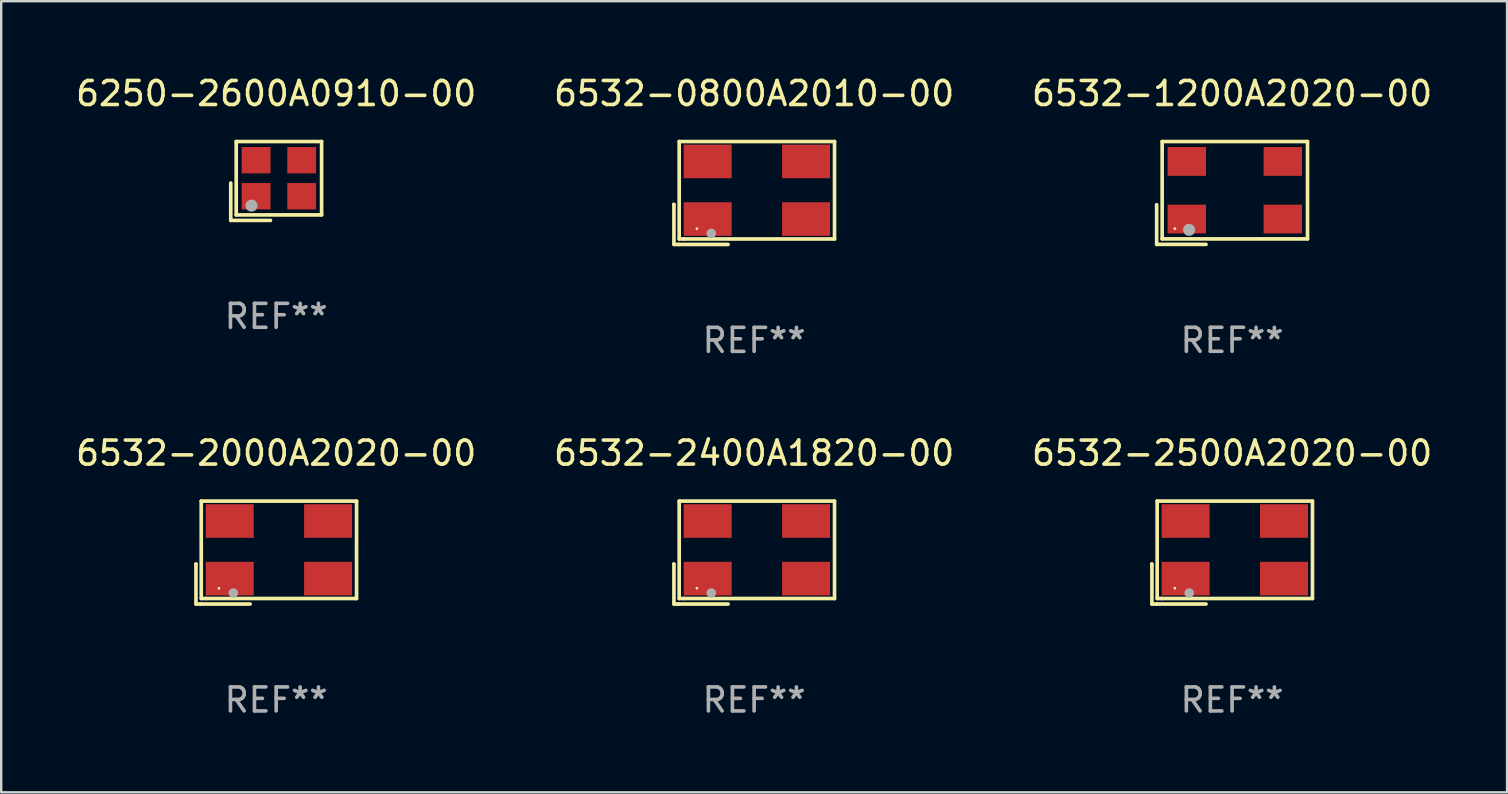
<source format=kicad_pcb>
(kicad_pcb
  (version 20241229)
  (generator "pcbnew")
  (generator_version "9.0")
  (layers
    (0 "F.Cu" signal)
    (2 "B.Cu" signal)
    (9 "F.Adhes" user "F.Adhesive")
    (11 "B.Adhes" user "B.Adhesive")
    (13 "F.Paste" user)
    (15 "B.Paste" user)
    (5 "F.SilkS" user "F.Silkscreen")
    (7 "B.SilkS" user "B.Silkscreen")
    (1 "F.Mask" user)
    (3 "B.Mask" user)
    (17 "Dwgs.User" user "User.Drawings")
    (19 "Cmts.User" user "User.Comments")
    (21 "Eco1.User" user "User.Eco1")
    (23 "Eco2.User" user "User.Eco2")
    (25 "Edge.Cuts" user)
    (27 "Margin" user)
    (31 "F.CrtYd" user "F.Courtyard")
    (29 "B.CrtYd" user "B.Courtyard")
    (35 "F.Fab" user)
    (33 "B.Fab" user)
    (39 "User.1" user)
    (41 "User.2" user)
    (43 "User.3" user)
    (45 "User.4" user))
  (footprint "6532-2000A2020-00"
    (layer "F.Cu")
    (at 8.458 19.976)
    (property "Reference" "6532-2000A2020-00" (at 0 -4.144 0) (layer "F.SilkS") (effects (font (size 1 1) (thickness 0.15))))
    (attr through_hole)
    (fp_line (start -3.35 0.476) (end -3.341 0.485) (stroke (width 0.152) (type solid)) (layer "F.SilkS"))
    (fp_line (start -3.341 0.485) (end -3.341 2.144) (stroke (width 0.152) (type solid)) (layer "F.SilkS"))
    (fp_line (start -3.341 2.144) (end -3.143 2.144) (stroke (width 0.152) (type solid)) (layer "F.SilkS"))
    (fp_line (start -3.143 2.144) (end -1.085 2.144) (stroke (width 0.152) (type solid)) (layer "F.SilkS"))
    (fp_line (start -3.122 -2.144) (end 3.35 -2.144) (stroke (width 0.152) (type solid)) (layer "F.SilkS"))
    (fp_line (start -3.122 1.915) (end -3.122 -2.144) (stroke (width 0.152) (type solid)) (layer "F.SilkS"))
    (fp_line (start -2.914 1.915) (end -3.122 1.915) (stroke (width 0.152) (type solid)) (layer "F.SilkS"))
    (fp_line (start 3.35 -2.144) (end 3.35 1.915) (stroke (width 0.152) (type solid)) (layer "F.SilkS"))
    (fp_line (start 3.35 1.915) (end -2.914 1.915) (stroke (width 0.152) (type solid)) (layer "F.SilkS"))
    (fp_circle (center -2.386 1.486) (end -2.356 1.486) (stroke (width 0.06) (type solid)) (fill no) (layer "F.SilkS"))
    (fp_circle (center -1.786 1.686) (end -1.686 1.686) (stroke (width 0.2) (type solid)) (fill no) (layer "F.Fab"))
    (fp_text user "REF**" (at 0 6.144 0) (layer "F.Fab") (effects (font (size 1 1) (thickness 0.15))))
    (pad "1" smd rect (at -1.936 1.086) (size 2 1.4) (layers "F.Cu" "F.Mask" "F.Paste"))
    (pad "2" smd rect (at 2.164 1.086) (size 2 1.4) (layers "F.Cu" "F.Mask" "F.Paste"))
    (pad "3" smd rect (at 2.164 -1.314) (size 2 1.4) (layers "F.Cu" "F.Mask" "F.Paste"))
    (pad "4" smd rect (at -1.936 -1.314) (size 2 1.4) (layers "F.Cu" "F.Mask" "F.Paste")))
  (footprint "6532-1200A2020-00"
    (layer "F.Cu")
    (at 48.292 4.991)
    (property "Reference" "6532-1200A2020-00" (at 0 -4.143 0) (layer "F.SilkS") (effects (font (size 1 1) (thickness 0.15))))
    (attr through_hole)
    (fp_line (start -3.143 0.486) (end -3.143 2.143) (stroke (width 0.152) (type solid)) (layer "F.SilkS"))
    (fp_line (start -3.143 2.143) (end -1.086 2.143) (stroke (width 0.152) (type solid)) (layer "F.SilkS"))
    (fp_line (start -2.914 -2.143) (end 3.143 -2.143) (stroke (width 0.152) (type solid)) (layer "F.SilkS"))
    (fp_line (start -2.914 1.914) (end -2.914 -2.143) (stroke (width 0.152) (type solid)) (layer "F.SilkS"))
    (fp_line (start 3.143 -2.143) (end 3.143 1.914) (stroke (width 0.152) (type solid)) (layer "F.SilkS"))
    (fp_line (start 3.143 1.914) (end -2.914 1.914) (stroke (width 0.152) (type solid)) (layer "F.SilkS"))
    (fp_circle (center -2.386 1.486) (end -2.356 1.486) (stroke (width 0.06) (type solid)) (fill no) (layer "F.SilkS"))
    (fp_circle (center -1.791 1.537) (end -1.664 1.537) (stroke (width 0.254) (type solid)) (fill no) (layer "F.Fab"))
    (fp_text user "REF**" (at 0 6.143 0) (layer "F.Fab") (effects (font (size 1 1) (thickness 0.15))))
    (pad "1" smd rect (at -1.886 1.086) (size 1.6 1.2) (layers "F.Cu" "F.Mask" "F.Paste"))
    (pad "2" smd rect (at 2.114 1.086) (size 1.6 1.2) (layers "F.Cu" "F.Mask" "F.Paste"))
    (pad "3" smd rect (at 2.114 -1.314) (size 1.6 1.2) (layers "F.Cu" "F.Mask" "F.Paste"))
    (pad "4" smd rect (at -1.886 -1.314) (size 1.6 1.2) (layers "F.Cu" "F.Mask" "F.Paste")))
  (footprint "6532-2500A2020-00"
    (layer "F.Cu")
    (at 48.292 19.976)
    (property "Reference" "6532-2500A2020-00" (at 0 -4.144 0) (layer "F.SilkS") (effects (font (size 1 1) (thickness 0.15))))
    (attr through_hole)
    (fp_line (start -3.35 0.476) (end -3.341 0.485) (stroke (width 0.152) (type solid)) (layer "F.SilkS"))
    (fp_line (start -3.341 0.485) (end -3.341 2.144) (stroke (width 0.152) (type solid)) (layer "F.SilkS"))
    (fp_line (start -3.341 2.144) (end -3.143 2.144) (stroke (width 0.152) (type solid)) (layer "F.SilkS"))
    (fp_line (start -3.143 2.144) (end -1.085 2.144) (stroke (width 0.152) (type solid)) (layer "F.SilkS"))
    (fp_line (start -3.122 -2.144) (end 3.35 -2.144) (stroke (width 0.152) (type solid)) (layer "F.SilkS"))
    (fp_line (start -3.122 1.915) (end -3.122 -2.144) (stroke (width 0.152) (type solid)) (layer "F.SilkS"))
    (fp_line (start -2.914 1.915) (end -3.122 1.915) (stroke (width 0.152) (type solid)) (layer "F.SilkS"))
    (fp_line (start 3.35 -2.144) (end 3.35 1.915) (stroke (width 0.152) (type solid)) (layer "F.SilkS"))
    (fp_line (start 3.35 1.915) (end -2.914 1.915) (stroke (width 0.152) (type solid)) (layer "F.SilkS"))
    (fp_circle (center -2.386 1.486) (end -2.356 1.486) (stroke (width 0.06) (type solid)) (fill no) (layer "F.SilkS"))
    (fp_circle (center -1.786 1.686) (end -1.686 1.686) (stroke (width 0.2) (type solid)) (fill no) (layer "F.Fab"))
    (fp_text user "REF**" (at 0 6.144 0) (layer "F.Fab") (effects (font (size 1 1) (thickness 0.15))))
    (pad "1" smd rect (at -1.936 1.086) (size 2 1.4) (layers "F.Cu" "F.Mask" "F.Paste"))
    (pad "2" smd rect (at 2.164 1.086) (size 2 1.4) (layers "F.Cu" "F.Mask" "F.Paste"))
    (pad "3" smd rect (at 2.164 -1.314) (size 2 1.4) (layers "F.Cu" "F.Mask" "F.Paste"))
    (pad "4" smd rect (at -1.936 -1.314) (size 2 1.4) (layers "F.Cu" "F.Mask" "F.Paste")))
  (footprint "6532-2400A1820-00"
    (layer "F.Cu")
    (at 28.375 19.976)
    (property "Reference" "6532-2400A1820-00" (at 0 -4.144 0) (layer "F.SilkS") (effects (font (size 1 1) (thickness 0.15))))
    (attr through_hole)
    (fp_line (start -3.35 0.476) (end -3.341 0.485) (stroke (width 0.152) (type solid)) (layer "F.SilkS"))
    (fp_line (start -3.341 0.485) (end -3.341 2.144) (stroke (width 0.152) (type solid)) (layer "F.SilkS"))
    (fp_line (start -3.341 2.144) (end -3.143 2.144) (stroke (width 0.152) (type solid)) (layer "F.SilkS"))
    (fp_line (start -3.143 2.144) (end -1.085 2.144) (stroke (width 0.152) (type solid)) (layer "F.SilkS"))
    (fp_line (start -3.122 -2.144) (end 3.35 -2.144) (stroke (width 0.152) (type solid)) (layer "F.SilkS"))
    (fp_line (start -3.122 1.915) (end -3.122 -2.144) (stroke (width 0.152) (type solid)) (layer "F.SilkS"))
    (fp_line (start -2.914 1.915) (end -3.122 1.915) (stroke (width 0.152) (type solid)) (layer "F.SilkS"))
    (fp_line (start 3.35 -2.144) (end 3.35 1.915) (stroke (width 0.152) (type solid)) (layer "F.SilkS"))
    (fp_line (start 3.35 1.915) (end -2.914 1.915) (stroke (width 0.152) (type solid)) (layer "F.SilkS"))
    (fp_circle (center -2.386 1.486) (end -2.356 1.486) (stroke (width 0.06) (type solid)) (fill no) (layer "F.SilkS"))
    (fp_circle (center -1.786 1.686) (end -1.686 1.686) (stroke (width 0.2) (type solid)) (fill no) (layer "F.Fab"))
    (fp_text user "REF**" (at 0 6.144 0) (layer "F.Fab") (effects (font (size 1 1) (thickness 0.15))))
    (pad "1" smd rect (at -1.936 1.086) (size 2 1.4) (layers "F.Cu" "F.Mask" "F.Paste"))
    (pad "2" smd rect (at 2.164 1.086) (size 2 1.4) (layers "F.Cu" "F.Mask" "F.Paste"))
    (pad "3" smd rect (at 2.164 -1.314) (size 2 1.4) (layers "F.Cu" "F.Mask" "F.Paste"))
    (pad "4" smd rect (at -1.936 -1.314) (size 2 1.4) (layers "F.Cu" "F.Mask" "F.Paste")))
  (footprint "6532-0800A2010-00"
    (layer "F.Cu")
    (at 28.375 4.992)
    (property "Reference" "6532-0800A2010-00" (at 0 -4.144 0) (layer "F.SilkS") (effects (font (size 1 1) (thickness 0.15))))
    (attr through_hole)
    (fp_line (start -3.35 0.476) (end -3.341 0.485) (stroke (width 0.152) (type solid)) (layer "F.SilkS"))
    (fp_line (start -3.341 0.485) (end -3.341 2.144) (stroke (width 0.152) (type solid)) (layer "F.SilkS"))
    (fp_line (start -3.341 2.144) (end -3.143 2.144) (stroke (width 0.152) (type solid)) (layer "F.SilkS"))
    (fp_line (start -3.143 2.144) (end -1.085 2.144) (stroke (width 0.152) (type solid)) (layer "F.SilkS"))
    (fp_line (start -3.122 -2.144) (end 3.35 -2.144) (stroke (width 0.152) (type solid)) (layer "F.SilkS"))
    (fp_line (start -3.122 1.915) (end -3.122 -2.144) (stroke (width 0.152) (type solid)) (layer "F.SilkS"))
    (fp_line (start -2.914 1.915) (end -3.122 1.915) (stroke (width 0.152) (type solid)) (layer "F.SilkS"))
    (fp_line (start 3.35 -2.144) (end 3.35 1.915) (stroke (width 0.152) (type solid)) (layer "F.SilkS"))
    (fp_line (start 3.35 1.915) (end -2.914 1.915) (stroke (width 0.152) (type solid)) (layer "F.SilkS"))
    (fp_circle (center -2.386 1.486) (end -2.356 1.486) (stroke (width 0.06) (type solid)) (fill no) (layer "F.SilkS"))
    (fp_circle (center -1.786 1.686) (end -1.686 1.686) (stroke (width 0.2) (type solid)) (fill no) (layer "F.Fab"))
    (fp_text user "REF**" (at 0 6.144 0) (layer "F.Fab") (effects (font (size 1 1) (thickness 0.15))))
    (pad "1" smd rect (at -1.936 1.086) (size 2 1.4) (layers "F.Cu" "F.Mask" "F.Paste"))
    (pad "2" smd rect (at 2.164 1.086) (size 2 1.4) (layers "F.Cu" "F.Mask" "F.Paste"))
    (pad "3" smd rect (at 2.164 -1.314) (size 2 1.4) (layers "F.Cu" "F.Mask" "F.Paste"))
    (pad "4" smd rect (at -1.936 -1.314) (size 2 1.4) (layers "F.Cu" "F.Mask" "F.Paste")))
  (footprint "6250-2600A0910-00"
    (layer "F.Cu")
    (at 8.458 4.491)
    (property "Reference" "6250-2600A0910-00" (at 0 -3.643 0) (layer "F.SilkS") (effects (font (size 1 1) (thickness 0.15))))
    (attr through_hole)
    (fp_line (start -1.893 0.086) (end -1.893 1.643) (stroke (width 0.152) (type solid)) (layer "F.SilkS"))
    (fp_line (start -1.893 1.643) (end -0.237 1.643) (stroke (width 0.152) (type solid)) (layer "F.SilkS"))
    (fp_line (start -1.665 -1.643) (end 1.893 -1.643) (stroke (width 0.152) (type solid)) (layer "F.SilkS"))
    (fp_line (start -1.665 1.414) (end -1.665 -1.643) (stroke (width 0.152) (type solid)) (layer "F.SilkS"))
    (fp_line (start 1.893 -1.643) (end 1.893 1.414) (stroke (width 0.152) (type solid)) (layer "F.SilkS"))
    (fp_line (start 1.893 1.414) (end -1.665 1.414) (stroke (width 0.152) (type solid)) (layer "F.SilkS"))
    (fp_circle (center -1.136 0.885) (end -1.106 0.885) (stroke (width 0.06) (type solid)) (fill no) (layer "F.SilkS"))
    (fp_circle (center -1.029 1.028) (end -0.902 1.028) (stroke (width 0.254) (type solid)) (fill no) (layer "F.Fab"))
    (fp_text user "REF**" (at 0 5.643 0) (layer "F.Fab") (effects (font (size 1 1) (thickness 0.15))))
    (pad "1" smd rect (at -0.836 0.636) (size 1.2 1.1) (layers "F.Cu" "F.Mask" "F.Paste"))
    (pad "2" smd rect (at 1.064 0.636) (size 1.2 1.1) (layers "F.Cu" "F.Mask" "F.Paste"))
    (pad "3" smd rect (at 1.064 -0.865) (size 1.2 1.1) (layers "F.Cu" "F.Mask" "F.Paste"))
    (pad "4" smd rect (at -0.836 -0.865) (size 1.2 1.1) (layers "F.Cu" "F.Mask" "F.Paste")))
  (gr_rect
    (start -3 -3)
    (end 59.75 29.968)
    (stroke (width 0.1) (type default))
    (fill no)
    (layer "Edge.Cuts")))
</source>
